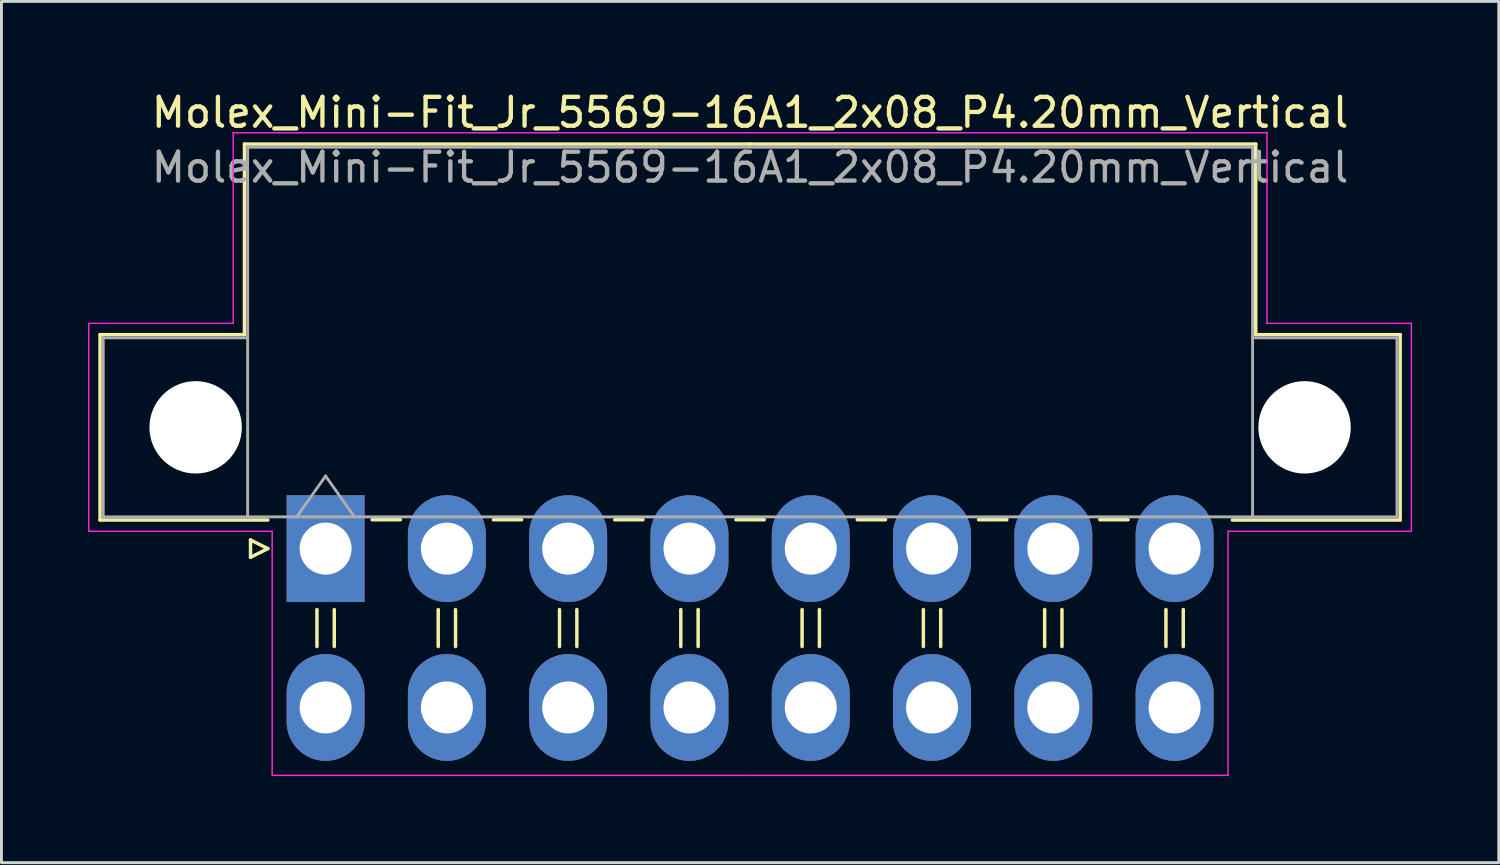
<source format=kicad_pcb>
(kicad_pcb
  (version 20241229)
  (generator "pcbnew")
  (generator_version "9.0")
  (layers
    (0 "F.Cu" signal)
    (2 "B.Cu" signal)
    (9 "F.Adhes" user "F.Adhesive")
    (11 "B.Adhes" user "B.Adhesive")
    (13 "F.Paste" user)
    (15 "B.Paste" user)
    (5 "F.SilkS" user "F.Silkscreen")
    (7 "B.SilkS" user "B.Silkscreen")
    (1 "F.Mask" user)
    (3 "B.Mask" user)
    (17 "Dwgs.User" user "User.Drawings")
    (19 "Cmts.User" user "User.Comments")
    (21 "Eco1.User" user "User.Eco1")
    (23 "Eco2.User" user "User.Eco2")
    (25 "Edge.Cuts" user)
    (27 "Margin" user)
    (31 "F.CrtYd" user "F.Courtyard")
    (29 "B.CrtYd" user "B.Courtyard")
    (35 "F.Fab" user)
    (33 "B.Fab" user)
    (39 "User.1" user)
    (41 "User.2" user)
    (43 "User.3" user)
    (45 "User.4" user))
  (footprint "Molex_Mini-Fit_Jr_5569-16A1_2x08_P4.20mm_Vertical"
    (layer "F.Cu")
    (at 8.225 15.948)
    (property "Reference" "Molex_Mini-Fit_Jr_5569-16A1_2x08_P4.20mm_Vertical" (at 14.7 -15.1 0) (layer "F.SilkS") (effects (font (size 1 1) (thickness 0.15))))
    (attr through_hole)
    (fp_line (start -7.81 -7.41) (end -7.81 -0.99) (stroke (width 0.12) (type solid)) (layer "F.SilkS"))
    (fp_line (start -7.81 -0.99) (end -2 -0.99) (stroke (width 0.12) (type solid)) (layer "F.SilkS"))
    (fp_line (start -2.81 -14.01) (end -2.81 -7.41) (stroke (width 0.12) (type solid)) (layer "F.SilkS"))
    (fp_line (start -2.81 -7.41) (end -7.81 -7.41) (stroke (width 0.12) (type solid)) (layer "F.SilkS"))
    (fp_line (start -2.6 -0.3) (end -2 0) (stroke (width 0.12) (type solid)) (layer "F.SilkS"))
    (fp_line (start -2.6 0.3) (end -2.6 -0.3) (stroke (width 0.12) (type solid)) (layer "F.SilkS"))
    (fp_line (start -2 0) (end -2.6 0.3) (stroke (width 0.12) (type solid)) (layer "F.SilkS"))
    (fp_line (start -0.3 2.11) (end -0.3 3.39) (stroke (width 0.12) (type solid)) (layer "F.SilkS"))
    (fp_line (start 0.3 2.11) (end 0.3 3.39) (stroke (width 0.12) (type solid)) (layer "F.SilkS"))
    (fp_line (start 1.61 -1) (end 2.59 -1) (stroke (width 0.12) (type solid)) (layer "F.SilkS"))
    (fp_line (start 3.9 2.11) (end 3.9 3.39) (stroke (width 0.12) (type solid)) (layer "F.SilkS"))
    (fp_line (start 4.5 2.11) (end 4.5 3.39) (stroke (width 0.12) (type solid)) (layer "F.SilkS"))
    (fp_line (start 5.81 -1) (end 6.79 -1) (stroke (width 0.12) (type solid)) (layer "F.SilkS"))
    (fp_line (start 8.1 2.11) (end 8.1 3.39) (stroke (width 0.12) (type solid)) (layer "F.SilkS"))
    (fp_line (start 8.7 2.11) (end 8.7 3.39) (stroke (width 0.12) (type solid)) (layer "F.SilkS"))
    (fp_line (start 10.01 -1) (end 10.99 -1) (stroke (width 0.12) (type solid)) (layer "F.SilkS"))
    (fp_line (start 12.3 2.11) (end 12.3 3.39) (stroke (width 0.12) (type solid)) (layer "F.SilkS"))
    (fp_line (start 12.9 2.11) (end 12.9 3.39) (stroke (width 0.12) (type solid)) (layer "F.SilkS"))
    (fp_line (start 14.21 -1) (end 15.19 -1) (stroke (width 0.12) (type solid)) (layer "F.SilkS"))
    (fp_line (start 14.7 -14.01) (end -2.81 -14.01) (stroke (width 0.12) (type solid)) (layer "F.SilkS"))
    (fp_line (start 14.7 -14.01) (end 32.21 -14.01) (stroke (width 0.12) (type solid)) (layer "F.SilkS"))
    (fp_line (start 16.5 2.11) (end 16.5 3.39) (stroke (width 0.12) (type solid)) (layer "F.SilkS"))
    (fp_line (start 17.1 2.11) (end 17.1 3.39) (stroke (width 0.12) (type solid)) (layer "F.SilkS"))
    (fp_line (start 18.41 -1) (end 19.39 -1) (stroke (width 0.12) (type solid)) (layer "F.SilkS"))
    (fp_line (start 20.7 2.11) (end 20.7 3.39) (stroke (width 0.12) (type solid)) (layer "F.SilkS"))
    (fp_line (start 21.3 2.11) (end 21.3 3.39) (stroke (width 0.12) (type solid)) (layer "F.SilkS"))
    (fp_line (start 22.61 -1) (end 23.59 -1) (stroke (width 0.12) (type solid)) (layer "F.SilkS"))
    (fp_line (start 24.9 2.11) (end 24.9 3.39) (stroke (width 0.12) (type solid)) (layer "F.SilkS"))
    (fp_line (start 25.5 2.11) (end 25.5 3.39) (stroke (width 0.12) (type solid)) (layer "F.SilkS"))
    (fp_line (start 26.81 -1) (end 27.79 -1) (stroke (width 0.12) (type solid)) (layer "F.SilkS"))
    (fp_line (start 29.1 2.11) (end 29.1 3.39) (stroke (width 0.12) (type solid)) (layer "F.SilkS"))
    (fp_line (start 29.7 2.11) (end 29.7 3.39) (stroke (width 0.12) (type solid)) (layer "F.SilkS"))
    (fp_line (start 32.21 -14.01) (end 32.21 -7.41) (stroke (width 0.12) (type solid)) (layer "F.SilkS"))
    (fp_line (start 32.21 -7.41) (end 37.21 -7.41) (stroke (width 0.12) (type solid)) (layer "F.SilkS"))
    (fp_line (start 37.21 -7.41) (end 37.21 -0.99) (stroke (width 0.12) (type solid)) (layer "F.SilkS"))
    (fp_line (start 37.21 -0.99) (end 31.4 -0.99) (stroke (width 0.12) (type solid)) (layer "F.SilkS"))
    (fp_line (start -8.2 -7.8) (end -8.2 -0.6) (stroke (width 0.05) (type solid)) (layer "F.CrtYd"))
    (fp_line (start -8.2 -0.6) (end -1.85 -0.6) (stroke (width 0.05) (type solid)) (layer "F.CrtYd"))
    (fp_line (start -3.2 -14.4) (end -3.2 -7.8) (stroke (width 0.05) (type solid)) (layer "F.CrtYd"))
    (fp_line (start -3.2 -7.8) (end -8.2 -7.8) (stroke (width 0.05) (type solid)) (layer "F.CrtYd"))
    (fp_line (start -1.85 -0.6) (end -1.85 7.85) (stroke (width 0.05) (type solid)) (layer "F.CrtYd"))
    (fp_line (start -1.85 7.85) (end 14.7 7.85) (stroke (width 0.05) (type solid)) (layer "F.CrtYd"))
    (fp_line (start 14.7 -14.4) (end -3.2 -14.4) (stroke (width 0.05) (type solid)) (layer "F.CrtYd"))
    (fp_line (start 14.7 -14.4) (end 32.6 -14.4) (stroke (width 0.05) (type solid)) (layer "F.CrtYd"))
    (fp_line (start 31.25 -0.6) (end 31.25 7.85) (stroke (width 0.05) (type solid)) (layer "F.CrtYd"))
    (fp_line (start 31.25 7.85) (end 14.7 7.85) (stroke (width 0.05) (type solid)) (layer "F.CrtYd"))
    (fp_line (start 32.6 -14.4) (end 32.6 -7.8) (stroke (width 0.05) (type solid)) (layer "F.CrtYd"))
    (fp_line (start 32.6 -7.8) (end 37.6 -7.8) (stroke (width 0.05) (type solid)) (layer "F.CrtYd"))
    (fp_line (start 37.6 -7.8) (end 37.6 -0.6) (stroke (width 0.05) (type solid)) (layer "F.CrtYd"))
    (fp_line (start 37.6 -0.6) (end 31.25 -0.6) (stroke (width 0.05) (type solid)) (layer "F.CrtYd"))
    (fp_line (start -7.7 -7.3) (end -7.7 -1.1) (stroke (width 0.1) (type solid)) (layer "F.Fab"))
    (fp_line (start -7.7 -1.1) (end -2.7 -1.1) (stroke (width 0.1) (type solid)) (layer "F.Fab"))
    (fp_line (start -2.7 -13.9) (end -2.7 -1.1) (stroke (width 0.1) (type solid)) (layer "F.Fab"))
    (fp_line (start -2.7 -7.3) (end -7.7 -7.3) (stroke (width 0.1) (type solid)) (layer "F.Fab"))
    (fp_line (start -2.7 -1.1) (end 32.1 -1.1) (stroke (width 0.1) (type solid)) (layer "F.Fab"))
    (fp_line (start -1 -1.1) (end 0 -2.514) (stroke (width 0.1) (type solid)) (layer "F.Fab"))
    (fp_line (start 0 -2.514) (end 1 -1.1) (stroke (width 0.1) (type solid)) (layer "F.Fab"))
    (fp_line (start 32.1 -13.9) (end -2.7 -13.9) (stroke (width 0.1) (type solid)) (layer "F.Fab"))
    (fp_line (start 32.1 -7.3) (end 37.1 -7.3) (stroke (width 0.1) (type solid)) (layer "F.Fab"))
    (fp_line (start 32.1 -1.1) (end 32.1 -13.9) (stroke (width 0.1) (type solid)) (layer "F.Fab"))
    (fp_line (start 37.1 -7.3) (end 37.1 -1.1) (stroke (width 0.1) (type solid)) (layer "F.Fab"))
    (fp_line (start 37.1 -1.1) (end 32.1 -1.1) (stroke (width 0.1) (type solid)) (layer "F.Fab"))
    (fp_text user "${REFERENCE}" (at 14.7 -13.2 0) (layer "F.Fab") (effects (font (size 1 1) (thickness 0.15))))
    (pad "" np_thru_hole circle (at -4.5 -4.2) (size 3.2 3.2) (drill 3.2) (layers "*.Cu" "*.Mask"))
    (pad "" np_thru_hole circle (at 33.9 -4.2) (size 3.2 3.2) (drill 3.2) (layers "*.Cu" "*.Mask"))
    (pad "1" thru_hole rect (at 0 0) (size 2.7 3.7) (drill 1.8) (layers "*.Cu" "*.Mask"))
    (pad "2" thru_hole oval (at 4.2 0) (size 2.7 3.7) (drill 1.8) (layers "*.Cu" "*.Mask"))
    (pad "3" thru_hole oval (at 8.4 0) (size 2.7 3.7) (drill 1.8) (layers "*.Cu" "*.Mask"))
    (pad "4" thru_hole oval (at 12.6 0) (size 2.7 3.7) (drill 1.8) (layers "*.Cu" "*.Mask"))
    (pad "5" thru_hole oval (at 16.8 0) (size 2.7 3.7) (drill 1.8) (layers "*.Cu" "*.Mask"))
    (pad "6" thru_hole oval (at 21 0) (size 2.7 3.7) (drill 1.8) (layers "*.Cu" "*.Mask"))
    (pad "7" thru_hole oval (at 25.2 0) (size 2.7 3.7) (drill 1.8) (layers "*.Cu" "*.Mask"))
    (pad "8" thru_hole oval (at 29.4 0) (size 2.7 3.7) (drill 1.8) (layers "*.Cu" "*.Mask"))
    (pad "9" thru_hole oval (at 0 5.5) (size 2.7 3.7) (drill 1.8) (layers "*.Cu" "*.Mask"))
    (pad "10" thru_hole oval (at 4.2 5.5) (size 2.7 3.7) (drill 1.8) (layers "*.Cu" "*.Mask"))
    (pad "11" thru_hole oval (at 8.4 5.5) (size 2.7 3.7) (drill 1.8) (layers "*.Cu" "*.Mask"))
    (pad "12" thru_hole oval (at 12.6 5.5) (size 2.7 3.7) (drill 1.8) (layers "*.Cu" "*.Mask"))
    (pad "13" thru_hole oval (at 16.8 5.5) (size 2.7 3.7) (drill 1.8) (layers "*.Cu" "*.Mask"))
    (pad "14" thru_hole oval (at 21 5.5) (size 2.7 3.7) (drill 1.8) (layers "*.Cu" "*.Mask"))
    (pad "15" thru_hole oval (at 25.2 5.5) (size 2.7 3.7) (drill 1.8) (layers "*.Cu" "*.Mask"))
    (pad "16" thru_hole oval (at 29.4 5.5) (size 2.7 3.7) (drill 1.8) (layers "*.Cu" "*.Mask")))
  (gr_rect
    (start -3 -3)
    (end 48.85 26.823)
    (stroke (width 0.1) (type default))
    (fill no)
    (layer "Edge.Cuts")))
</source>
